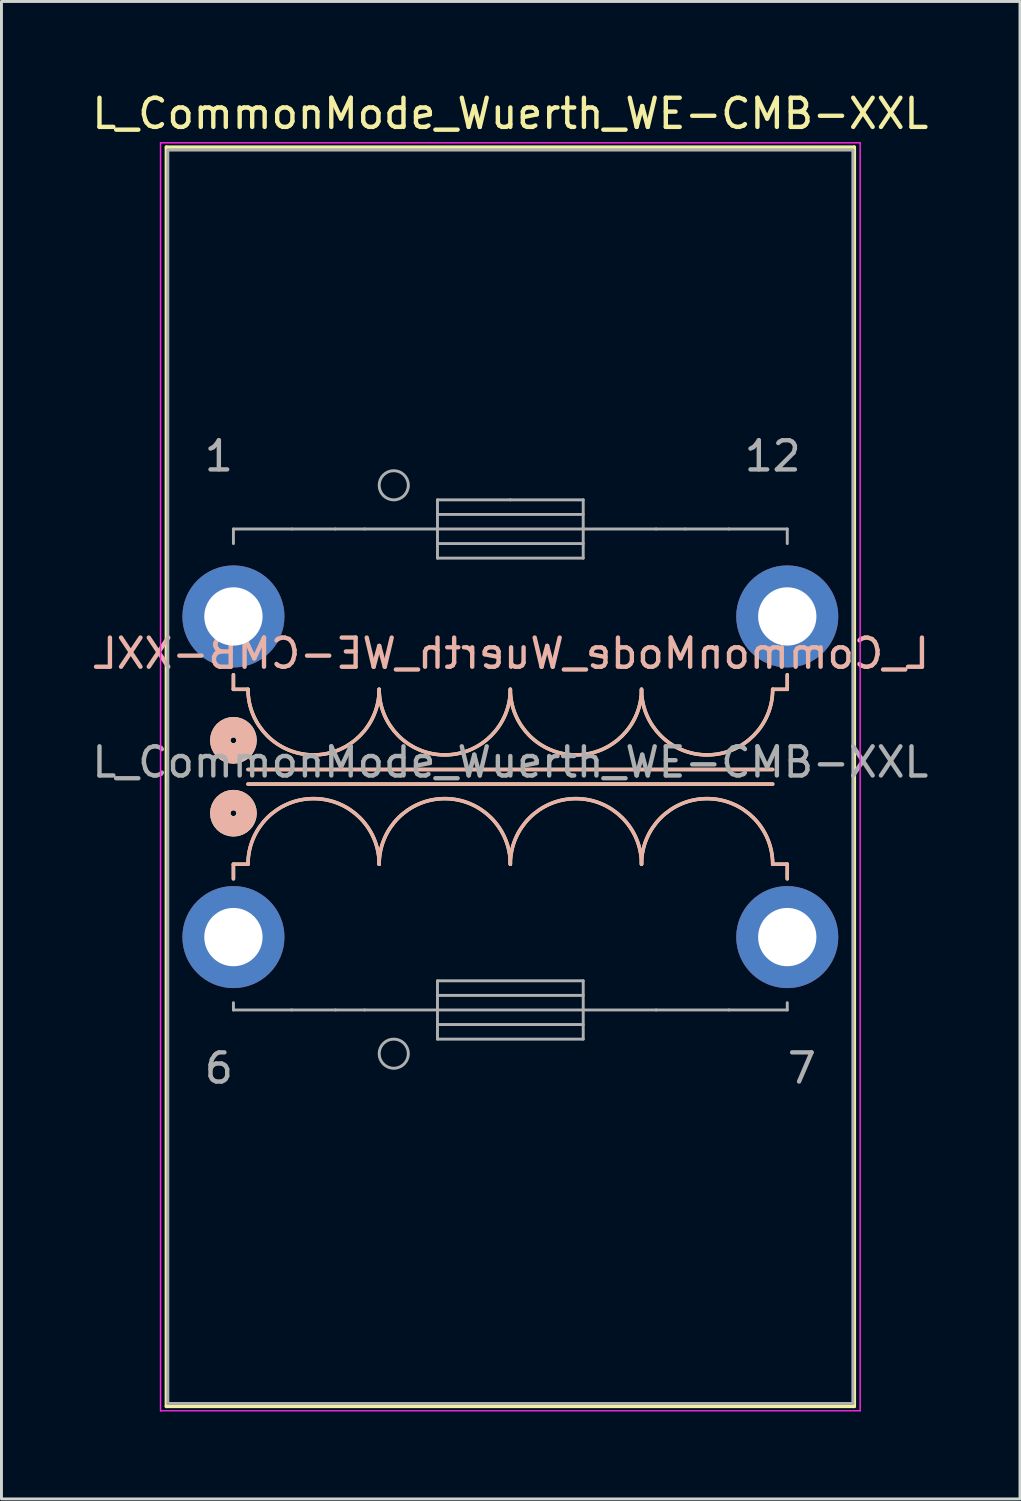
<source format=kicad_pcb>
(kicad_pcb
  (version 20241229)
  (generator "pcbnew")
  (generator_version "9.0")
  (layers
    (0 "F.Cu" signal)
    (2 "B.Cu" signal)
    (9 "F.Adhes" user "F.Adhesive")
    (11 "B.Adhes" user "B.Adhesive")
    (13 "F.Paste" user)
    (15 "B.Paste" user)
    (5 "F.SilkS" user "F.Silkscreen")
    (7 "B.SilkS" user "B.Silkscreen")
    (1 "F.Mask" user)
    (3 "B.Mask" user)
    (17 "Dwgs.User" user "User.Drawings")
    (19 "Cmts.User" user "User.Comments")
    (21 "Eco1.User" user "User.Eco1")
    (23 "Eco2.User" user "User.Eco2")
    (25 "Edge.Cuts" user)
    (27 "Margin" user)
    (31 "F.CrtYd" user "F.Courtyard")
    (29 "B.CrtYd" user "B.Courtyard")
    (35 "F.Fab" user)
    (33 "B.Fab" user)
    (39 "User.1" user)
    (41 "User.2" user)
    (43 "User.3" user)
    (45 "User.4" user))
  (footprint "L_CommonMode_Wuerth_WE-CMB-XXL"
    (layer "F.Cu")
    (at 4.958 18.098)
    (property "Reference" "L_CommonMode_Wuerth_WE-CMB-XXL" (at 9.5 -17.25 0) (layer "F.SilkS") (effects (font (size 1 1) (thickness 0.15))))
    (fp_line (start -2.3 -16.1) (end 21.3 -16.1) (stroke (width 0.12) (type solid)) (layer "F.SilkS"))
    (fp_line (start -2.3 27.1) (end -2.3 -16.1) (stroke (width 0.12) (type solid)) (layer "F.SilkS"))
    (fp_line (start 0 2.5) (end 0 2) (stroke (width 0.12) (type solid)) (layer "F.SilkS"))
    (fp_line (start 0 8.5) (end 0 9) (stroke (width 0.12) (type solid)) (layer "F.SilkS"))
    (fp_line (start 0.5 2.5) (end 0 2.5) (stroke (width 0.12) (type solid)) (layer "F.SilkS"))
    (fp_line (start 0.5 5.75) (end 18.5 5.75) (stroke (width 0.12) (type solid)) (layer "F.SilkS"))
    (fp_line (start 0.5 8.5) (end 0 8.5) (stroke (width 0.12) (type solid)) (layer "F.SilkS"))
    (fp_line (start 18.5 2.5) (end 19 2.5) (stroke (width 0.12) (type solid)) (layer "F.SilkS"))
    (fp_line (start 18.5 5.25) (end 0.5 5.25) (stroke (width 0.12) (type solid)) (layer "F.SilkS"))
    (fp_line (start 18.5 8.5) (end 19 8.5) (stroke (width 0.12) (type solid)) (layer "F.SilkS"))
    (fp_line (start 19 2.5) (end 19 2) (stroke (width 0.12) (type solid)) (layer "F.SilkS"))
    (fp_line (start 19 8.5) (end 19 9) (stroke (width 0.12) (type solid)) (layer "F.SilkS"))
    (fp_line (start 21.3 -16.1) (end 21.3 27.1) (stroke (width 0.12) (type solid)) (layer "F.SilkS"))
    (fp_line (start 21.3 27.1) (end -2.3 27.1) (stroke (width 0.12) (type solid)) (layer "F.SilkS"))
    (fp_arc (start 0.5 8.5) (mid 2.75 6.25) (end 5 8.5) (stroke (width 0.12) (type solid)) (layer "F.SilkS"))
    (fp_arc (start 5 2.5) (mid 2.75 4.75) (end 0.5 2.5) (stroke (width 0.12) (type solid)) (layer "F.SilkS"))
    (fp_arc (start 5 8.5) (mid 7.25 6.25) (end 9.5 8.5) (stroke (width 0.12) (type solid)) (layer "F.SilkS"))
    (fp_arc (start 9.5 2.5) (mid 7.25 4.75) (end 5 2.5) (stroke (width 0.12) (type solid)) (layer "F.SilkS"))
    (fp_arc (start 9.5 8.5) (mid 11.75 6.25) (end 14 8.5) (stroke (width 0.12) (type solid)) (layer "F.SilkS"))
    (fp_arc (start 14 2.5) (mid 11.75 4.75) (end 9.5 2.5) (stroke (width 0.12) (type solid)) (layer "F.SilkS"))
    (fp_arc (start 14 8.5) (mid 16.25 6.25) (end 18.5 8.5) (stroke (width 0.12) (type solid)) (layer "F.SilkS"))
    (fp_arc (start 18.5 2.5) (mid 16.25 4.75) (end 14 2.5) (stroke (width 0.12) (type solid)) (layer "F.SilkS"))
    (fp_circle (center 0 4.25) (end 0.1 4.25) (stroke (width 0.7) (type solid)) (fill no) (layer "F.SilkS"))
    (fp_circle (center 0 6.75) (end 0.1 6.75) (stroke (width 0.7) (type solid)) (fill no) (layer "F.SilkS"))
    (fp_line (start 0 2.5) (end 0 2) (stroke (width 0.12) (type solid)) (layer "B.SilkS"))
    (fp_line (start 0 8.5) (end 0 9) (stroke (width 0.12) (type solid)) (layer "B.SilkS"))
    (fp_line (start 0.5 2.5) (end 0 2.5) (stroke (width 0.12) (type solid)) (layer "B.SilkS"))
    (fp_line (start 0.5 5.25) (end 18.5 5.25) (stroke (width 0.12) (type solid)) (layer "B.SilkS"))
    (fp_line (start 0.5 8.5) (end 0 8.5) (stroke (width 0.12) (type solid)) (layer "B.SilkS"))
    (fp_line (start 18.5 2.5) (end 19 2.5) (stroke (width 0.12) (type solid)) (layer "B.SilkS"))
    (fp_line (start 18.5 5.75) (end 0.5 5.75) (stroke (width 0.12) (type solid)) (layer "B.SilkS"))
    (fp_line (start 18.5 8.5) (end 19 8.5) (stroke (width 0.12) (type solid)) (layer "B.SilkS"))
    (fp_line (start 19 2.5) (end 19 2) (stroke (width 0.12) (type solid)) (layer "B.SilkS"))
    (fp_line (start 19 8.5) (end 19 9) (stroke (width 0.12) (type solid)) (layer "B.SilkS"))
    (fp_arc (start 0.5 8.5) (mid 2.75 6.25) (end 5 8.5) (stroke (width 0.12) (type solid)) (layer "B.SilkS"))
    (fp_arc (start 5 2.5) (mid 2.75 4.75) (end 0.5 2.5) (stroke (width 0.12) (type solid)) (layer "B.SilkS"))
    (fp_arc (start 5 8.5) (mid 7.25 6.25) (end 9.5 8.5) (stroke (width 0.12) (type solid)) (layer "B.SilkS"))
    (fp_arc (start 9.5 2.5) (mid 7.25 4.75) (end 5 2.5) (stroke (width 0.12) (type solid)) (layer "B.SilkS"))
    (fp_arc (start 9.5 8.5) (mid 11.75 6.25) (end 14 8.5) (stroke (width 0.12) (type solid)) (layer "B.SilkS"))
    (fp_arc (start 14 2.5) (mid 11.75 4.75) (end 9.5 2.5) (stroke (width 0.12) (type solid)) (layer "B.SilkS"))
    (fp_arc (start 14 8.5) (mid 16.25 6.25) (end 18.5 8.5) (stroke (width 0.12) (type solid)) (layer "B.SilkS"))
    (fp_arc (start 18.5 2.5) (mid 16.25 4.75) (end 14 2.5) (stroke (width 0.12) (type solid)) (layer "B.SilkS"))
    (fp_circle (center 0 4.25) (end 0.1 4.25) (stroke (width 0.7) (type solid)) (fill no) (layer "B.SilkS"))
    (fp_circle (center 0 6.75) (end 0.1 6.75) (stroke (width 0.7) (type solid)) (fill no) (layer "B.SilkS"))
    (fp_line (start -2.5 -16.25) (end 21.5 -16.25) (stroke (width 0.05) (type solid)) (layer "F.CrtYd"))
    (fp_line (start -2.5 27.25) (end -2.5 -16.25) (stroke (width 0.05) (type solid)) (layer "F.CrtYd"))
    (fp_line (start 21.5 -16.25) (end 21.5 27.25) (stroke (width 0.05) (type solid)) (layer "F.CrtYd"))
    (fp_line (start 21.5 27.25) (end -2.5 27.25) (stroke (width 0.05) (type solid)) (layer "F.CrtYd"))
    (fp_line (start -2.25 -16) (end -2.25 27) (stroke (width 0.1) (type solid)) (layer "F.Fab"))
    (fp_line (start -2.25 27) (end 21.25 27) (stroke (width 0.1) (type solid)) (layer "F.Fab"))
    (fp_line (start 0 -3) (end 0 -2.5) (stroke (width 0.1) (type solid)) (layer "F.Fab"))
    (fp_line (start 0 13.5) (end 0 13.25) (stroke (width 0.1) (type solid)) (layer "F.Fab"))
    (fp_line (start 2 -3) (end 0 -3) (stroke (width 0.1) (type solid)) (layer "F.Fab"))
    (fp_line (start 2 13.5) (end 0 13.5) (stroke (width 0.1) (type solid)) (layer "F.Fab"))
    (fp_line (start 3.5 -3) (end 2 -3) (stroke (width 0.1) (type solid)) (layer "F.Fab"))
    (fp_line (start 3.5 13.5) (end 2 13.5) (stroke (width 0.1) (type solid)) (layer "F.Fab"))
    (fp_line (start 4.5 -3) (end 3.5 -3) (stroke (width 0.1) (type solid)) (layer "F.Fab"))
    (fp_line (start 4.5 13.5) (end 3.5 13.5) (stroke (width 0.1) (type solid)) (layer "F.Fab"))
    (fp_line (start 4.5 13.5) (end 7 13.5) (stroke (width 0.1) (type solid)) (layer "F.Fab"))
    (fp_line (start 7 -4) (end 9.5 -4) (stroke (width 0.1) (type solid)) (layer "F.Fab"))
    (fp_line (start 7 -3) (end 4.5 -3) (stroke (width 0.1) (type solid)) (layer "F.Fab"))
    (fp_line (start 7 -3) (end 12 -3) (stroke (width 0.1) (type solid)) (layer "F.Fab"))
    (fp_line (start 7 -2.5) (end 12 -2.5) (stroke (width 0.1) (type solid)) (layer "F.Fab"))
    (fp_line (start 7 -2) (end 7 -4) (stroke (width 0.1) (type solid)) (layer "F.Fab"))
    (fp_line (start 7 12.5) (end 12 12.5) (stroke (width 0.1) (type solid)) (layer "F.Fab"))
    (fp_line (start 7 14) (end 12 14) (stroke (width 0.1) (type solid)) (layer "F.Fab"))
    (fp_line (start 7 14.5) (end 7 12.5) (stroke (width 0.1) (type solid)) (layer "F.Fab"))
    (fp_line (start 9.5 -4) (end 12 -4) (stroke (width 0.1) (type solid)) (layer "F.Fab"))
    (fp_line (start 12 -4) (end 12 -2) (stroke (width 0.1) (type solid)) (layer "F.Fab"))
    (fp_line (start 12 -3.5) (end 7 -3.5) (stroke (width 0.1) (type solid)) (layer "F.Fab"))
    (fp_line (start 12 -3) (end 14.5 -3) (stroke (width 0.1) (type solid)) (layer "F.Fab"))
    (fp_line (start 12 -2) (end 7 -2) (stroke (width 0.1) (type solid)) (layer "F.Fab"))
    (fp_line (start 12 12.5) (end 12 14.5) (stroke (width 0.1) (type solid)) (layer "F.Fab"))
    (fp_line (start 12 13) (end 7 13) (stroke (width 0.1) (type solid)) (layer "F.Fab"))
    (fp_line (start 12 13.5) (end 7 13.5) (stroke (width 0.1) (type solid)) (layer "F.Fab"))
    (fp_line (start 12 14.5) (end 7 14.5) (stroke (width 0.1) (type solid)) (layer "F.Fab"))
    (fp_line (start 14.5 -3) (end 15.5 -3) (stroke (width 0.1) (type solid)) (layer "F.Fab"))
    (fp_line (start 14.5 13.5) (end 12 13.5) (stroke (width 0.1) (type solid)) (layer "F.Fab"))
    (fp_line (start 14.5 13.5) (end 17 13.5) (stroke (width 0.1) (type solid)) (layer "F.Fab"))
    (fp_line (start 15.5 -3) (end 17 -3) (stroke (width 0.1) (type solid)) (layer "F.Fab"))
    (fp_line (start 17 -3) (end 19 -3) (stroke (width 0.1) (type solid)) (layer "F.Fab"))
    (fp_line (start 17 13.5) (end 19 13.5) (stroke (width 0.1) (type solid)) (layer "F.Fab"))
    (fp_line (start 19 -3) (end 19 -2.5) (stroke (width 0.1) (type solid)) (layer "F.Fab"))
    (fp_line (start 19 13.5) (end 19 13.25) (stroke (width 0.1) (type solid)) (layer "F.Fab"))
    (fp_line (start 21.25 -16) (end -2.25 -16) (stroke (width 0.1) (type solid)) (layer "F.Fab"))
    (fp_line (start 21.25 27) (end 21.25 -16) (stroke (width 0.1) (type solid)) (layer "F.Fab"))
    (fp_circle (center 5.5 -4.5) (end 6 -4.5) (stroke (width 0.1) (type solid)) (fill no) (layer "F.Fab"))
    (fp_circle (center 5.5 15) (end 6 15) (stroke (width 0.1) (type solid)) (fill no) (layer "F.Fab"))
    (fp_text user "${REFERENCE}" (at 9.525 1.27 0) (layer "B.SilkS") (effects (font (size 1 1) (thickness 0.15)) (justify mirror)))
    (fp_text user "6" (at -0.5 15.5 0) (layer "F.Fab") (effects (font (size 1 1) (thickness 0.15))))
    (fp_text user "${REFERENCE}" (at 9.5 5 0) (layer "F.Fab") (effects (font (size 1 1) (thickness 0.15))))
    (fp_text user "1" (at -0.5 -5.5 0) (layer "F.Fab") (effects (font (size 1 1) (thickness 0.15))))
    (fp_text user "7" (at 19.5 15.5 0) (layer "F.Fab") (effects (font (size 1 1) (thickness 0.15))))
    (fp_text user "12" (at 18.5 -5.5 0) (layer "F.Fab") (effects (font (size 1 1) (thickness 0.15))))
    (pad "1" thru_hole circle (at 0 0) (size 3.5 3.5) (drill 2) (layers "*.Cu" "*.Mask"))
    (pad "6" thru_hole circle (at 0 11) (size 3.5 3.5) (drill 2) (layers "*.Cu" "*.Mask"))
    (pad "7" thru_hole circle (at 19 11) (size 3.5 3.5) (drill 2) (layers "*.Cu" "*.Mask"))
    (pad "12" thru_hole circle (at 19 0) (size 3.5 3.5) (drill 2) (layers "*.Cu" "*.Mask")))
  (gr_rect
    (start -3 -3)
    (end 31.942 48.373)
    (stroke (width 0.1) (type default))
    (fill no)
    (layer "Edge.Cuts")))
</source>
